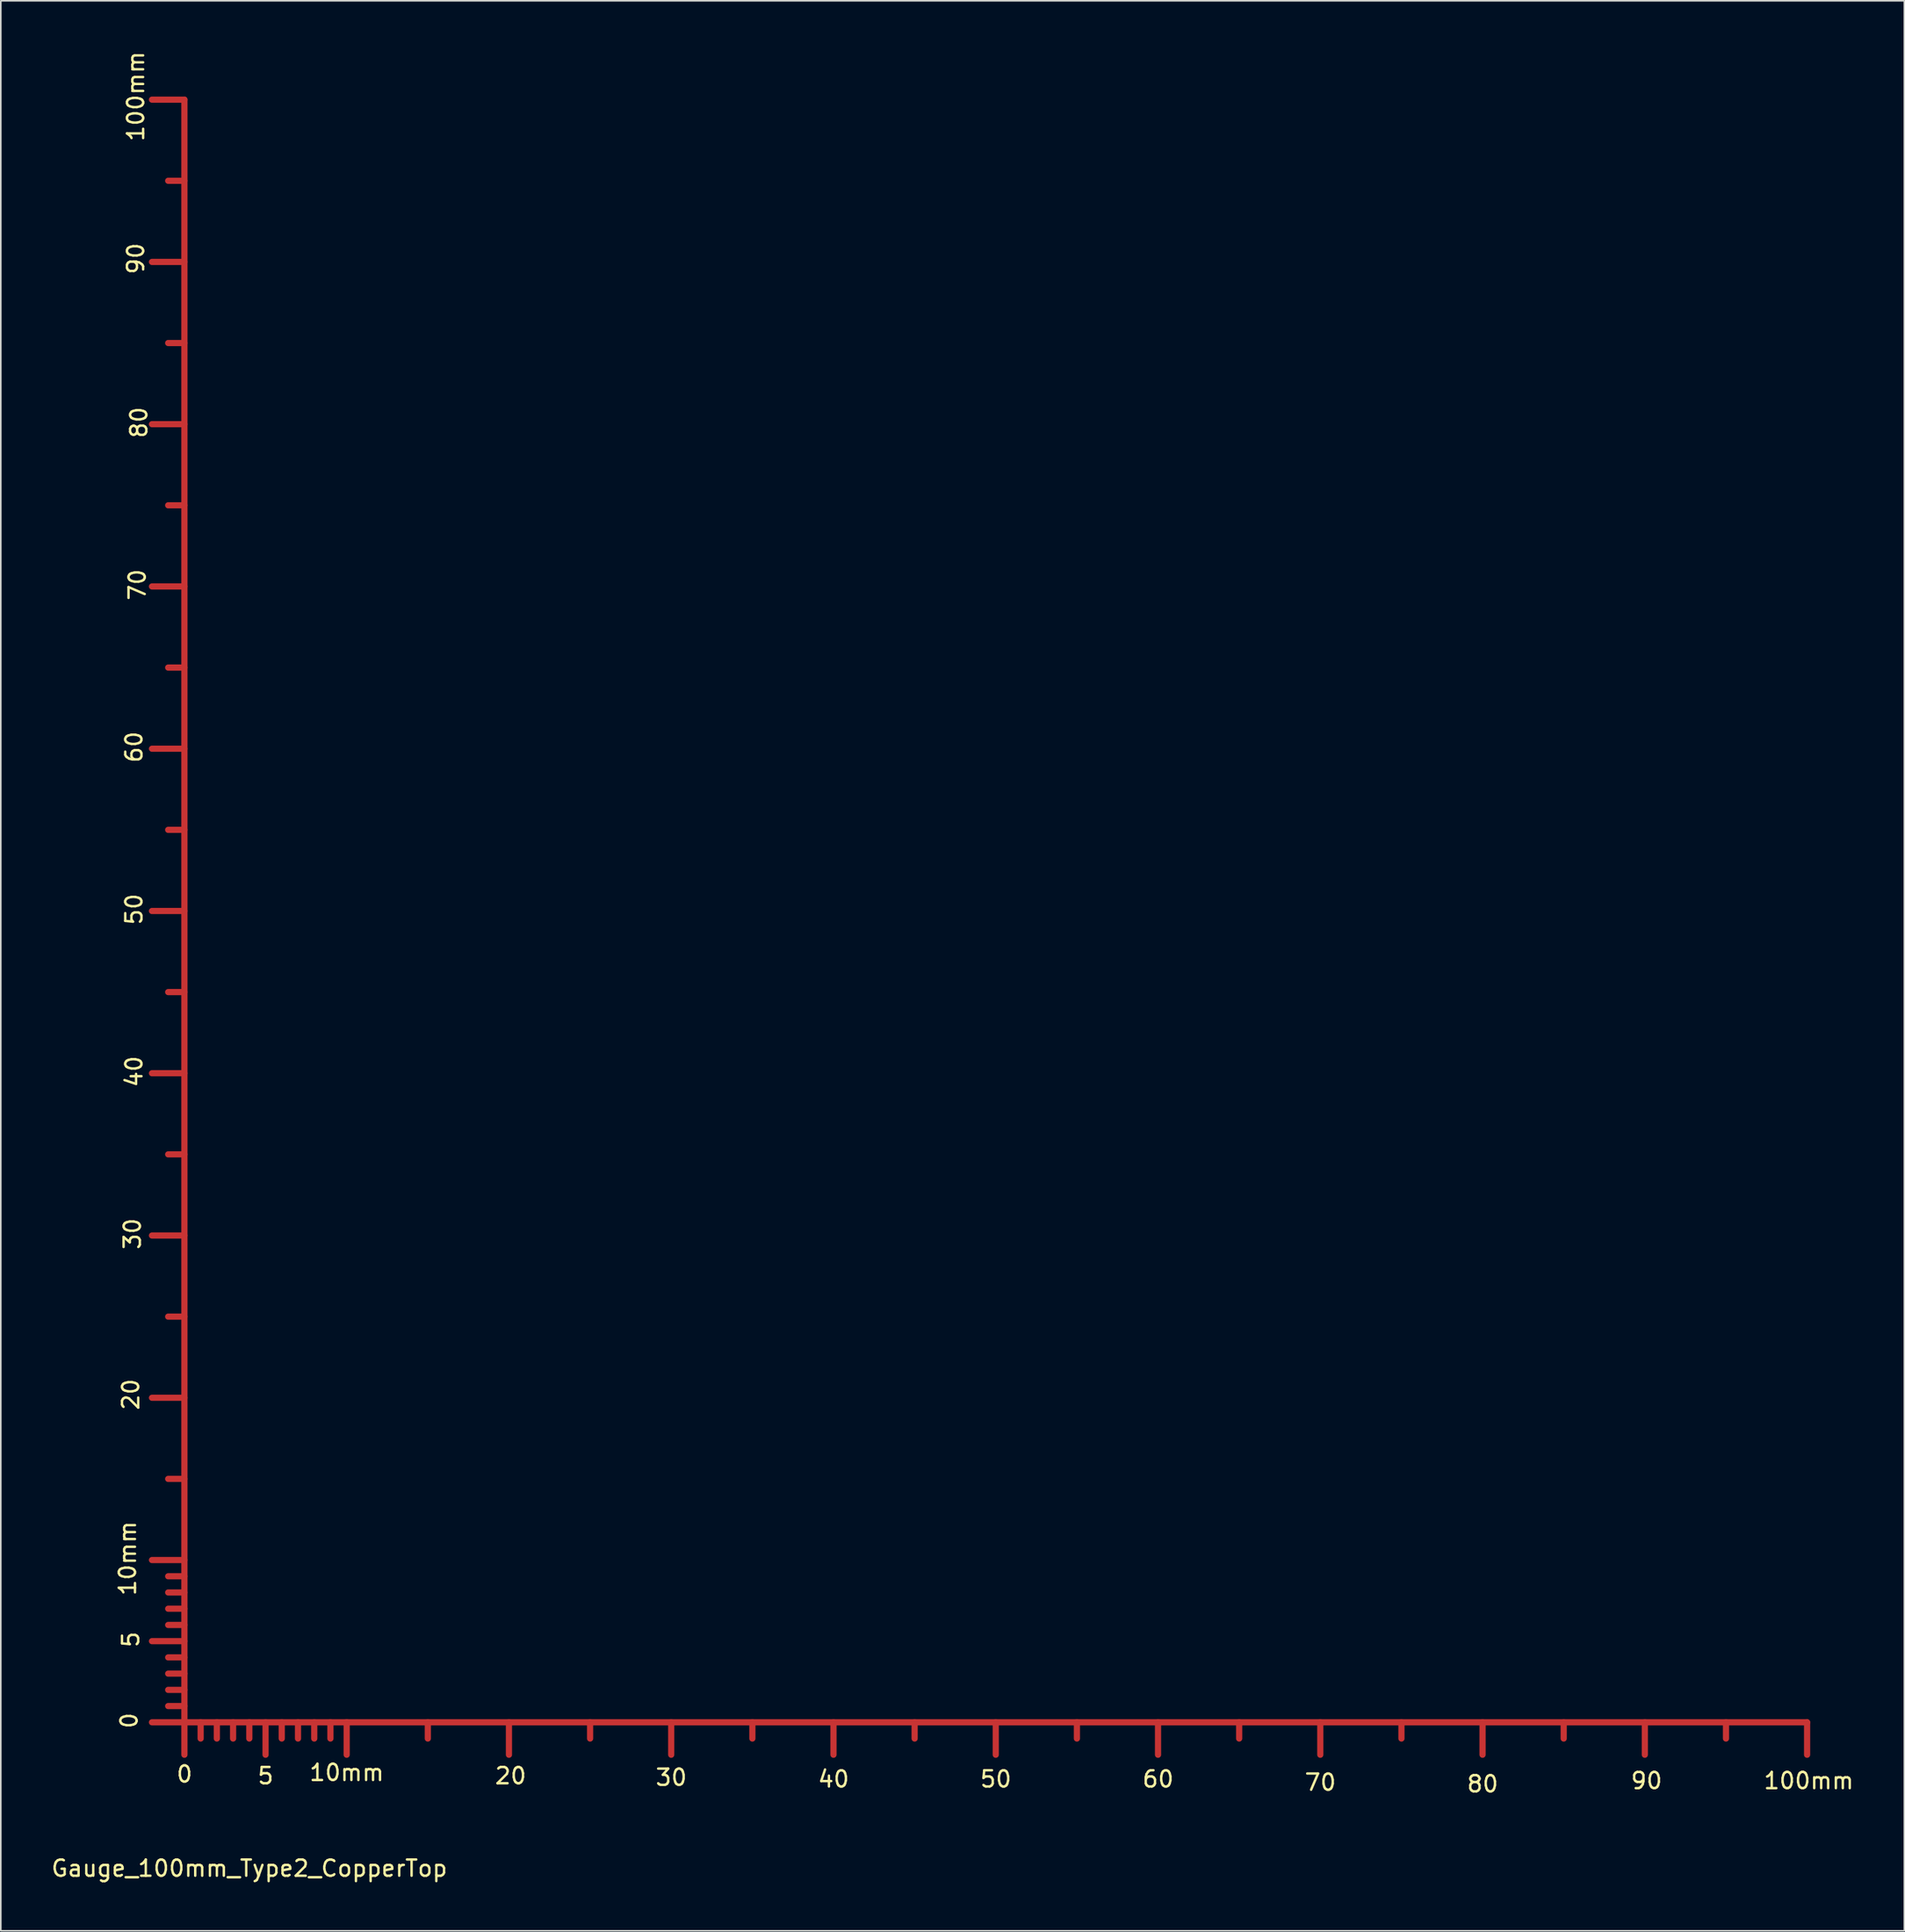
<source format=kicad_pcb>
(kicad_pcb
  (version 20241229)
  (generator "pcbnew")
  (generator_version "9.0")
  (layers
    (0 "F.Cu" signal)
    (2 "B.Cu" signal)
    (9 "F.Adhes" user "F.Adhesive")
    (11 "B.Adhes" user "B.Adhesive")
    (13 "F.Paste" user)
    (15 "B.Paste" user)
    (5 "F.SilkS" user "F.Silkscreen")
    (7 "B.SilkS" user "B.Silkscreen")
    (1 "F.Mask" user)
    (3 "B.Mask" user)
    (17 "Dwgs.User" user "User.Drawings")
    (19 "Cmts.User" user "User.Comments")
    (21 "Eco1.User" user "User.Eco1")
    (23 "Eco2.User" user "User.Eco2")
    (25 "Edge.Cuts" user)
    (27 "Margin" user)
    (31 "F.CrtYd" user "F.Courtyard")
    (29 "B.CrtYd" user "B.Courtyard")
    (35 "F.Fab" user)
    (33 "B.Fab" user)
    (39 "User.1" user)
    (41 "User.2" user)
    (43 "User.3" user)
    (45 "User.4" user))
  (footprint "Gauge_100mm_Type2_CopperTop"
    (layer "F.Cu")
    (at 8.315 103.092)
    (property "Reference" "Gauge_100mm_Type2_CopperTop" (at 4 8.999 0) (layer "F.SilkS") (effects (font (size 1 1) (thickness 0.15))))
    (attr through_hole)
    (fp_line (start 0 -100) (end -1.999 -100) (stroke (width 0.381) (type solid)) (layer "F.Cu"))
    (fp_line (start 0 -95.001) (end -1.001 -95.001) (stroke (width 0.381) (type solid)) (layer "F.Cu"))
    (fp_line (start 0 -90) (end -1.999 -90) (stroke (width 0.381) (type solid)) (layer "F.Cu"))
    (fp_line (start 0 -85.001) (end -1.001 -85.001) (stroke (width 0.381) (type solid)) (layer "F.Cu"))
    (fp_line (start 0 -80) (end -1.999 -80) (stroke (width 0.381) (type solid)) (layer "F.Cu"))
    (fp_line (start 0 -75.001) (end -1.001 -75.001) (stroke (width 0.381) (type solid)) (layer "F.Cu"))
    (fp_line (start 0 -70) (end -1.999 -70) (stroke (width 0.381) (type solid)) (layer "F.Cu"))
    (fp_line (start 0 -65.001) (end -1.001 -65.001) (stroke (width 0.381) (type solid)) (layer "F.Cu"))
    (fp_line (start 0 -60) (end -1.999 -60) (stroke (width 0.381) (type solid)) (layer "F.Cu"))
    (fp_line (start 0 -55.001) (end -1.001 -55.001) (stroke (width 0.381) (type solid)) (layer "F.Cu"))
    (fp_line (start 0 -50) (end -1.999 -50) (stroke (width 0.381) (type solid)) (layer "F.Cu"))
    (fp_line (start 0 -45.001) (end -1.001 -45.001) (stroke (width 0.381) (type solid)) (layer "F.Cu"))
    (fp_line (start 0 -40) (end -1.999 -40) (stroke (width 0.381) (type solid)) (layer "F.Cu"))
    (fp_line (start 0 -35.001) (end -1.001 -35.001) (stroke (width 0.381) (type solid)) (layer "F.Cu"))
    (fp_line (start 0 -30) (end -1.999 -30) (stroke (width 0.381) (type solid)) (layer "F.Cu"))
    (fp_line (start 0 -25.001) (end -1.001 -25.001) (stroke (width 0.381) (type solid)) (layer "F.Cu"))
    (fp_line (start 0 -20) (end -1.999 -20) (stroke (width 0.381) (type solid)) (layer "F.Cu"))
    (fp_line (start 0 -15.001) (end -1.001 -15.001) (stroke (width 0.381) (type solid)) (layer "F.Cu"))
    (fp_line (start 0 -10) (end -1.999 -10) (stroke (width 0.381) (type solid)) (layer "F.Cu"))
    (fp_line (start 0 -8.999) (end -1.001 -8.999) (stroke (width 0.381) (type solid)) (layer "F.Cu"))
    (fp_line (start 0 -8.001) (end -1.001 -8.001) (stroke (width 0.381) (type solid)) (layer "F.Cu"))
    (fp_line (start 0 -7) (end -1.001 -7) (stroke (width 0.381) (type solid)) (layer "F.Cu"))
    (fp_line (start 0 -5.999) (end -1.001 -5.999) (stroke (width 0.381) (type solid)) (layer "F.Cu"))
    (fp_line (start 0 -5.001) (end -1.999 -5.001) (stroke (width 0.381) (type solid)) (layer "F.Cu"))
    (fp_line (start 0 -4) (end -1.001 -4) (stroke (width 0.381) (type solid)) (layer "F.Cu"))
    (fp_line (start 0 -3) (end -1.001 -3) (stroke (width 0.381) (type solid)) (layer "F.Cu"))
    (fp_line (start 0 -1.999) (end -1.001 -1.999) (stroke (width 0.381) (type solid)) (layer "F.Cu"))
    (fp_line (start 0 -1.001) (end -1.001 -1.001) (stroke (width 0.381) (type solid)) (layer "F.Cu"))
    (fp_line (start 0 0) (end -1.999 0) (stroke (width 0.381) (type solid)) (layer "F.Cu"))
    (fp_line (start 0 0) (end 0 -100) (stroke (width 0.381) (type solid)) (layer "F.Cu"))
    (fp_line (start 0 0) (end 0 1.999) (stroke (width 0.381) (type solid)) (layer "F.Cu"))
    (fp_line (start 0 0) (end 10 0) (stroke (width 0.381) (type solid)) (layer "F.Cu"))
    (fp_line (start 1.001 0) (end 1.001 1.001) (stroke (width 0.381) (type solid)) (layer "F.Cu"))
    (fp_line (start 1.999 0) (end 1.999 1.001) (stroke (width 0.381) (type solid)) (layer "F.Cu"))
    (fp_line (start 3 0) (end 3 1.001) (stroke (width 0.381) (type solid)) (layer "F.Cu"))
    (fp_line (start 4 0) (end 4 1.001) (stroke (width 0.381) (type solid)) (layer "F.Cu"))
    (fp_line (start 5.001 0) (end 5.001 1.999) (stroke (width 0.381) (type solid)) (layer "F.Cu"))
    (fp_line (start 5.999 0) (end 5.999 1.001) (stroke (width 0.381) (type solid)) (layer "F.Cu"))
    (fp_line (start 7 0) (end 7 1.001) (stroke (width 0.381) (type solid)) (layer "F.Cu"))
    (fp_line (start 8.001 0) (end 8.001 1.001) (stroke (width 0.381) (type solid)) (layer "F.Cu"))
    (fp_line (start 8.999 0) (end 8.999 1.001) (stroke (width 0.381) (type solid)) (layer "F.Cu"))
    (fp_line (start 10 0) (end 10 1.999) (stroke (width 0.381) (type solid)) (layer "F.Cu"))
    (fp_line (start 10 0) (end 100 0) (stroke (width 0.381) (type solid)) (layer "F.Cu"))
    (fp_line (start 15.001 0) (end 15.001 1.001) (stroke (width 0.381) (type solid)) (layer "F.Cu"))
    (fp_line (start 20 0) (end 20 1.999) (stroke (width 0.381) (type solid)) (layer "F.Cu"))
    (fp_line (start 25.001 0) (end 25.001 1.001) (stroke (width 0.381) (type solid)) (layer "F.Cu"))
    (fp_line (start 30 0) (end 30 1.999) (stroke (width 0.381) (type solid)) (layer "F.Cu"))
    (fp_line (start 35.001 0) (end 35.001 1.001) (stroke (width 0.381) (type solid)) (layer "F.Cu"))
    (fp_line (start 40 0) (end 40 1.999) (stroke (width 0.381) (type solid)) (layer "F.Cu"))
    (fp_line (start 45.001 0) (end 45.001 1.001) (stroke (width 0.381) (type solid)) (layer "F.Cu"))
    (fp_line (start 50 0) (end 50 1.999) (stroke (width 0.381) (type solid)) (layer "F.Cu"))
    (fp_line (start 55.001 0) (end 55.001 1.001) (stroke (width 0.381) (type solid)) (layer "F.Cu"))
    (fp_line (start 60 0) (end 60 1.999) (stroke (width 0.381) (type solid)) (layer "F.Cu"))
    (fp_line (start 65.001 0) (end 65.001 1.001) (stroke (width 0.381) (type solid)) (layer "F.Cu"))
    (fp_line (start 70 0) (end 70 1.999) (stroke (width 0.381) (type solid)) (layer "F.Cu"))
    (fp_line (start 75.001 0) (end 75.001 1.001) (stroke (width 0.381) (type solid)) (layer "F.Cu"))
    (fp_line (start 80 0) (end 80 1.999) (stroke (width 0.381) (type solid)) (layer "F.Cu"))
    (fp_line (start 85.001 0) (end 85.001 1.001) (stroke (width 0.381) (type solid)) (layer "F.Cu"))
    (fp_line (start 90 0) (end 90 1.999) (stroke (width 0.381) (type solid)) (layer "F.Cu"))
    (fp_line (start 95.001 0) (end 95.001 1.001) (stroke (width 0.381) (type solid)) (layer "F.Cu"))
    (fp_line (start 100 0) (end 100 1.999) (stroke (width 0.381) (type solid)) (layer "F.Cu"))
    (fp_text user "30" (at -3.203 -30.104 90) (layer "F.SilkS") (effects (font (size 1 1) (thickness 0.15))))
    (fp_text user "30" (at 30.005 3.399 0) (layer "F.SilkS") (effects (font (size 1 1) (thickness 0.15))))
    (fp_text user "60" (at -3.101 -60.104 90) (layer "F.SilkS") (effects (font (size 1 1) (thickness 0.15))))
    (fp_text user "20" (at -3.302 -20.203 90) (layer "F.SilkS") (effects (font (size 1 1) (thickness 0.15))))
    (fp_text user "5" (at 5.004 3.299 0) (layer "F.SilkS") (effects (font (size 1 1) (thickness 0.15))))
    (fp_text user "100mm" (at -3 -100.206 90) (layer "F.SilkS") (effects (font (size 1 1) (thickness 0.15))))
    (fp_text user "80" (at -2.802 -80.104 90) (layer "F.SilkS") (effects (font (size 1 1) (thickness 0.15))))
    (fp_text user "10mm" (at -3.503 -10.104 90) (layer "F.SilkS") (effects (font (size 1 1) (thickness 0.15))))
    (fp_text user "100mm" (at 100.106 3.602 0) (layer "F.SilkS") (effects (font (size 1 1) (thickness 0.15))))
    (fp_text user "0" (at -3.404 -0.104 90) (layer "F.SilkS") (effects (font (size 1 1) (thickness 0.15))))
    (fp_text user "50" (at 50.005 3.5 0) (layer "F.SilkS") (effects (font (size 1 1) (thickness 0.15))))
    (fp_text user "0" (at 0.005 3.198 0) (layer "F.SilkS") (effects (font (size 1 1) (thickness 0.15))))
    (fp_text user "5" (at -3.302 -5.103 90) (layer "F.SilkS") (effects (font (size 1 1) (thickness 0.15))))
    (fp_text user "10mm" (at 10.005 3.099 0) (layer "F.SilkS") (effects (font (size 1 1) (thickness 0.15))))
    (fp_text user "50" (at -3.101 -50.104 90) (layer "F.SilkS") (effects (font (size 1 1) (thickness 0.15))))
    (fp_text user "60" (at 60.005 3.5 0) (layer "F.SilkS") (effects (font (size 1 1) (thickness 0.15))))
    (fp_text user "90" (at 90.106 3.602 0) (layer "F.SilkS") (effects (font (size 1 1) (thickness 0.15))))
    (fp_text user "70" (at 70.005 3.701 0) (layer "F.SilkS") (effects (font (size 1 1) (thickness 0.15))))
    (fp_text user "20" (at 20.104 3.299 0) (layer "F.SilkS") (effects (font (size 1 1) (thickness 0.15))))
    (fp_text user "80" (at 80.005 3.8 0) (layer "F.SilkS") (effects (font (size 1 1) (thickness 0.15))))
    (fp_text user "90" (at -3 -90.206 90) (layer "F.SilkS") (effects (font (size 1 1) (thickness 0.15))))
    (fp_text user "40" (at -3.101 -40.104 90) (layer "F.SilkS") (effects (font (size 1 1) (thickness 0.15))))
    (fp_text user "40" (at 40.005 3.5 0) (layer "F.SilkS") (effects (font (size 1 1) (thickness 0.15))))
    (fp_text user "70" (at -2.901 -70.104 90) (layer "F.SilkS") (effects (font (size 1 1) (thickness 0.15)))))
  (gr_rect
    (start -3 -3)
    (end 114.308 115.94)
    (stroke (width 0.1) (type default))
    (fill no)
    (layer "Edge.Cuts")))
</source>
